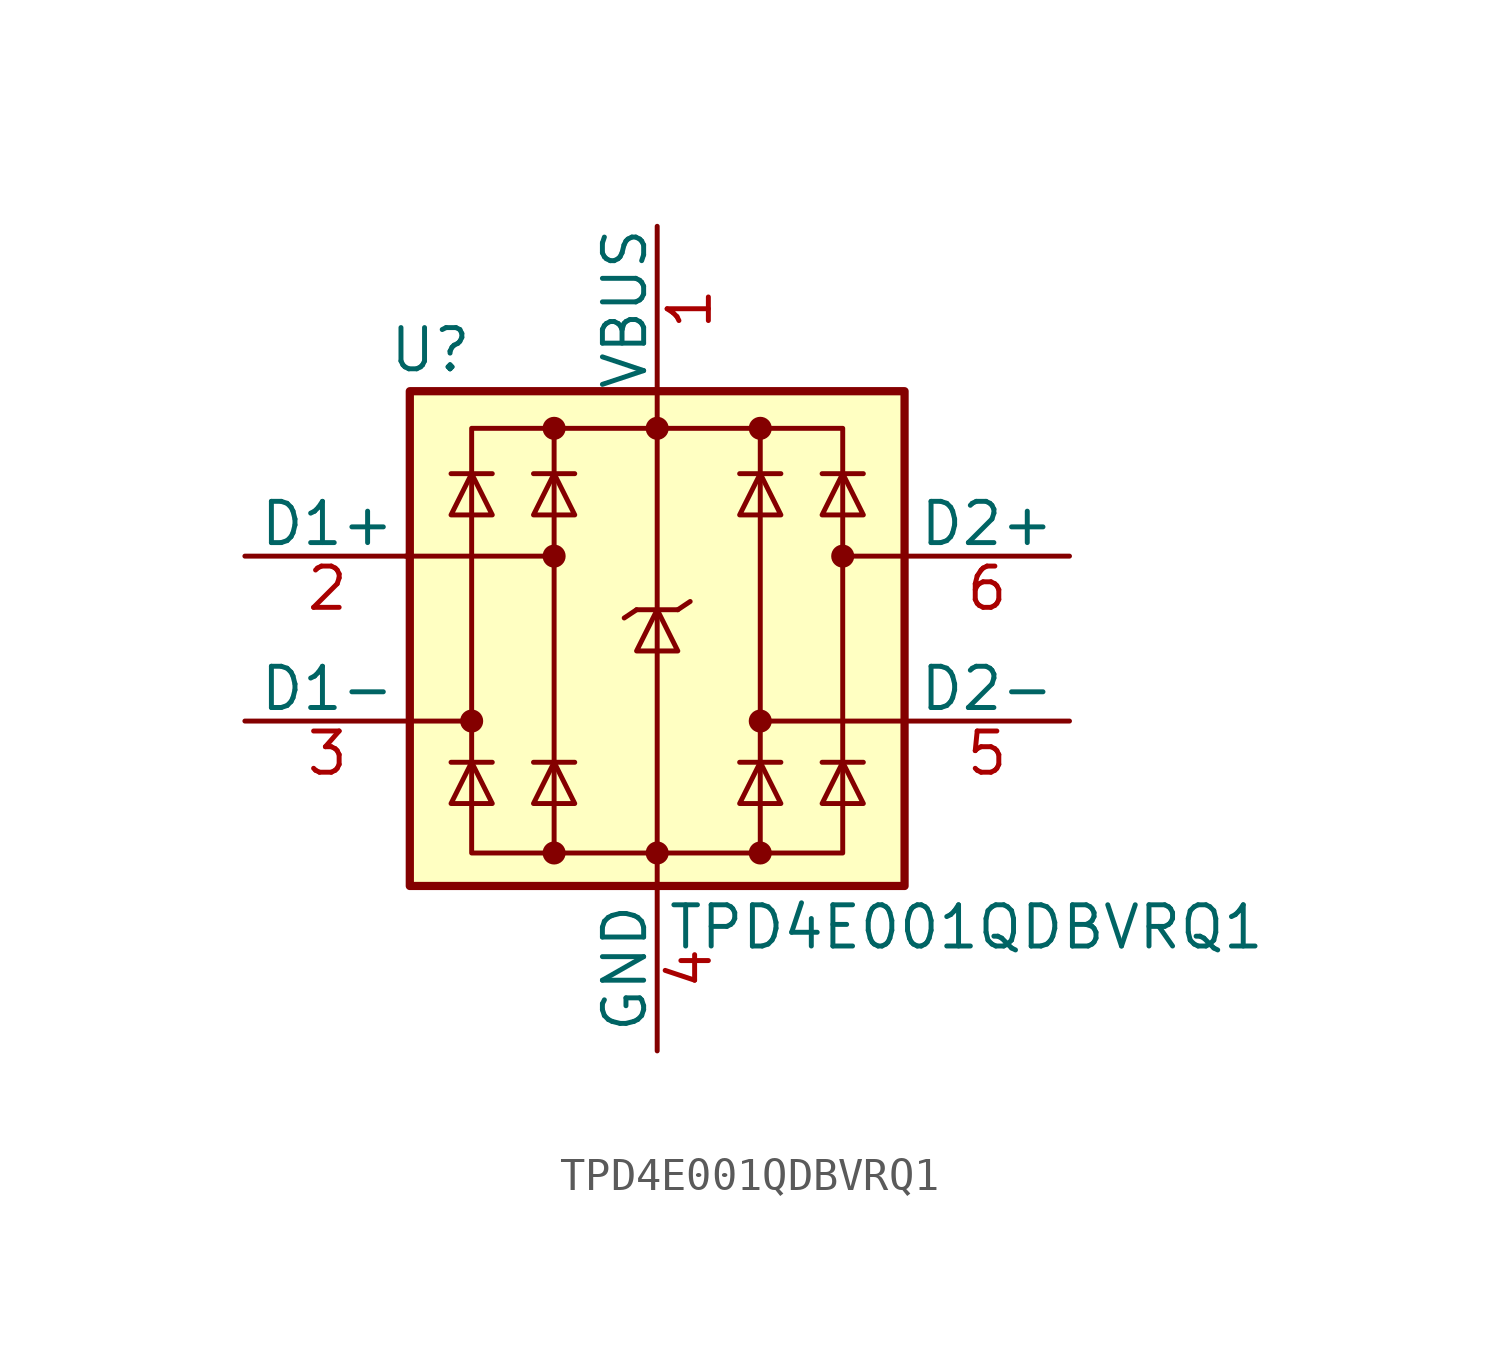
<source format=kicad_sym>
(kicad_symbol_lib
  (version 20211014)
  (generator kicad_symbol_editor)
  (symbol "TPD4E001QDBVRQ1"
    (pin_names
      (offset 0))
    (property "Reference" "U"
      (at -6.985 8.89 0)
      (effects (font (size 1.27 1.27))))
    (property "Value" "TPD4E001QDBVRQ1"
      (at 9.525 -8.89 0)
      (effects (font (size 1.27 1.27))))
    (symbol "TPD4E001QDBVRQ1_0_0"
      (rectangle (start -5.715 6.477) (end 5.715 -6.604) (stroke (width 0) (type default) (color 0 0 0 0)) (fill (type none)))
      (polyline (pts (xy -3.175 -6.604) (xy -3.175 6.477)) (stroke (width 0) (type default) (color 0 0 0 0)) (fill (type none)))
      (polyline (pts (xy 0 6.477) (xy 0 -6.604)) (stroke (width 0) (type default) (color 0 0 0 0)) (fill (type none)))
      (polyline (pts (xy 3.175 6.477) (xy 3.175 -6.604)) (stroke (width 0) (type default) (color 0 0 0 0)) (fill (type none))))
    (symbol "TPD4E001QDBVRQ1_0_1"
      (rectangle (start -7.62 7.62) (end 7.62 -7.62) (stroke (width 0.254) (type default) (color 0 0 0 0)) (fill (type background)))
      (circle (center -5.715 -2.54) (radius 0.279) (stroke (width 0) (type default) (color 0 0 0 0)) (fill (type outline)))
      (circle (center -3.175 -6.604) (radius 0.279) (stroke (width 0) (type default) (color 0 0 0 0)) (fill (type outline)))
      (circle (center -3.175 2.54) (radius 0.279) (stroke (width 0) (type default) (color 0 0 0 0)) (fill (type outline)))
      (circle (center -3.175 6.477) (radius 0.279) (stroke (width 0) (type default) (color 0 0 0 0)) (fill (type outline)))
      (circle (center 0 -6.604) (radius 0.279) (stroke (width 0) (type default) (color 0 0 0 0)) (fill (type outline)))
      (polyline (pts (xy -7.747 2.54) (xy -3.175 2.54)) (stroke (width 0) (type default) (color 0 0 0 0)) (fill (type none)))
      (polyline (pts (xy -7.62 -2.54) (xy -5.715 -2.54)) (stroke (width 0) (type default) (color 0 0 0 0)) (fill (type none)))
      (polyline (pts (xy -5.08 -3.81) (xy -6.35 -3.81)) (stroke (width 0) (type default) (color 0 0 0 0)) (fill (type none)))
      (polyline (pts (xy -5.08 5.08) (xy -6.35 5.08)) (stroke (width 0) (type default) (color 0 0 0 0)) (fill (type none)))
      (polyline (pts (xy -2.54 -3.81) (xy -3.81 -3.81)) (stroke (width 0) (type default) (color 0 0 0 0)) (fill (type none)))
      (polyline (pts (xy -2.54 5.08) (xy -3.81 5.08)) (stroke (width 0) (type default) (color 0 0 0 0)) (fill (type none)))
      (polyline (pts (xy -0.635 0.889) (xy -1.016 0.635)) (stroke (width 0) (type default) (color 0 0 0 0)) (fill (type none)))
      (polyline (pts (xy 0 -6.604) (xy 0 -7.62)) (stroke (width 0) (type default) (color 0 0 0 0)) (fill (type none)))
      (polyline (pts (xy 0 7.62) (xy 0 6.604)) (stroke (width 0) (type default) (color 0 0 0 0)) (fill (type none)))
      (polyline (pts (xy 0.635 0.889) (xy -0.635 0.889)) (stroke (width 0) (type default) (color 0 0 0 0)) (fill (type none)))
      (polyline (pts (xy 0.635 0.889) (xy 1.016 1.143)) (stroke (width 0) (type default) (color 0 0 0 0)) (fill (type none)))
      (polyline (pts (xy 3.81 -3.81) (xy 2.54 -3.81)) (stroke (width 0) (type default) (color 0 0 0 0)) (fill (type none)))
      (polyline (pts (xy 3.81 5.08) (xy 2.54 5.08)) (stroke (width 0) (type default) (color 0 0 0 0)) (fill (type none)))
      (polyline (pts (xy 6.35 -3.81) (xy 5.08 -3.81)) (stroke (width 0) (type default) (color 0 0 0 0)) (fill (type none)))
      (polyline (pts (xy 6.35 5.08) (xy 5.08 5.08)) (stroke (width 0) (type default) (color 0 0 0 0)) (fill (type none)))
      (polyline (pts (xy 7.62 -2.54) (xy 3.175 -2.54)) (stroke (width 0) (type default) (color 0 0 0 0)) (fill (type none)))
      (polyline (pts (xy 7.62 2.54) (xy 5.715 2.54)) (stroke (width 0) (type default) (color 0 0 0 0)) (fill (type none)))
      (polyline (pts (xy -5.08 -5.08) (xy -6.35 -5.08) (xy -5.715 -3.81) (xy -5.08 -5.08)) (stroke (width 0) (type default) (color 0 0 0 0)) (fill (type none)))
      (polyline (pts (xy -5.08 3.81) (xy -6.35 3.81) (xy -5.715 5.08) (xy -5.08 3.81)) (stroke (width 0) (type default) (color 0 0 0 0)) (fill (type none)))
      (polyline (pts (xy -2.54 -5.08) (xy -3.81 -5.08) (xy -3.175 -3.81) (xy -2.54 -5.08)) (stroke (width 0) (type default) (color 0 0 0 0)) (fill (type none)))
      (polyline (pts (xy -2.54 3.81) (xy -3.81 3.81) (xy -3.175 5.08) (xy -2.54 3.81)) (stroke (width 0) (type default) (color 0 0 0 0)) (fill (type none)))
      (polyline (pts (xy 0.635 -0.381) (xy -0.635 -0.381) (xy 0 0.889) (xy 0.635 -0.381)) (stroke (width 0) (type default) (color 0 0 0 0)) (fill (type none)))
      (polyline (pts (xy 3.81 -5.08) (xy 2.54 -5.08) (xy 3.175 -3.81) (xy 3.81 -5.08)) (stroke (width 0) (type default) (color 0 0 0 0)) (fill (type none)))
      (polyline (pts (xy 3.81 3.81) (xy 2.54 3.81) (xy 3.175 5.08) (xy 3.81 3.81)) (stroke (width 0) (type default) (color 0 0 0 0)) (fill (type none)))
      (polyline (pts (xy 6.35 -5.08) (xy 5.08 -5.08) (xy 5.715 -3.81) (xy 6.35 -5.08)) (stroke (width 0) (type default) (color 0 0 0 0)) (fill (type none)))
      (polyline (pts (xy 6.35 3.81) (xy 5.08 3.81) (xy 5.715 5.08) (xy 6.35 3.81)) (stroke (width 0) (type default) (color 0 0 0 0)) (fill (type none)))
      (circle (center 0 6.477) (radius 0.279) (stroke (width 0) (type default) (color 0 0 0 0)) (fill (type outline)))
      (circle (center 3.175 -6.604) (radius 0.279) (stroke (width 0) (type default) (color 0 0 0 0)) (fill (type outline)))
      (circle (center 3.175 -2.54) (radius 0.279) (stroke (width 0) (type default) (color 0 0 0 0)) (fill (type outline)))
      (circle (center 3.175 6.477) (radius 0.279) (stroke (width 0) (type default) (color 0 0 0 0)) (fill (type outline)))
      (circle (center 5.715 2.54) (radius 0.279) (stroke (width 0) (type default) (color 0 0 0 0)) (fill (type outline))))
    (symbol "TPD4E001QDBVRQ1_1_1"
      (pin power_in line (at 0 12.7 270) (length 5.08) (name "VBUS" (effects (font (size 1.27 1.27)))) (number "1" (effects (font (size 1.27 1.27)))))
      (pin passive line (at -12.7 2.54 0) (length 5.08) (name "D1+" (effects (font (size 1.27 1.27)))) (number "2" (effects (font (size 1.27 1.27)))))
      (pin passive line (at -12.7 -2.54 0) (length 5.08) (name "D1-" (effects (font (size 1.27 1.27)))) (number "3" (effects (font (size 1.27 1.27)))))
      (pin power_in line (at 0 -12.7 90) (length 5.08) (name "GND" (effects (font (size 1.27 1.27)))) (number "4" (effects (font (size 1.27 1.27)))))
      (pin passive line (at 12.7 -2.54 180) (length 5.08) (name "D2-" (effects (font (size 1.27 1.27)))) (number "5" (effects (font (size 1.27 1.27)))))
      (pin passive line (at 12.7 2.54 180) (length 5.08) (name "D2+" (effects (font (size 1.27 1.27)))) (number "6" (effects (font (size 1.27 1.27))))))))
</source>
